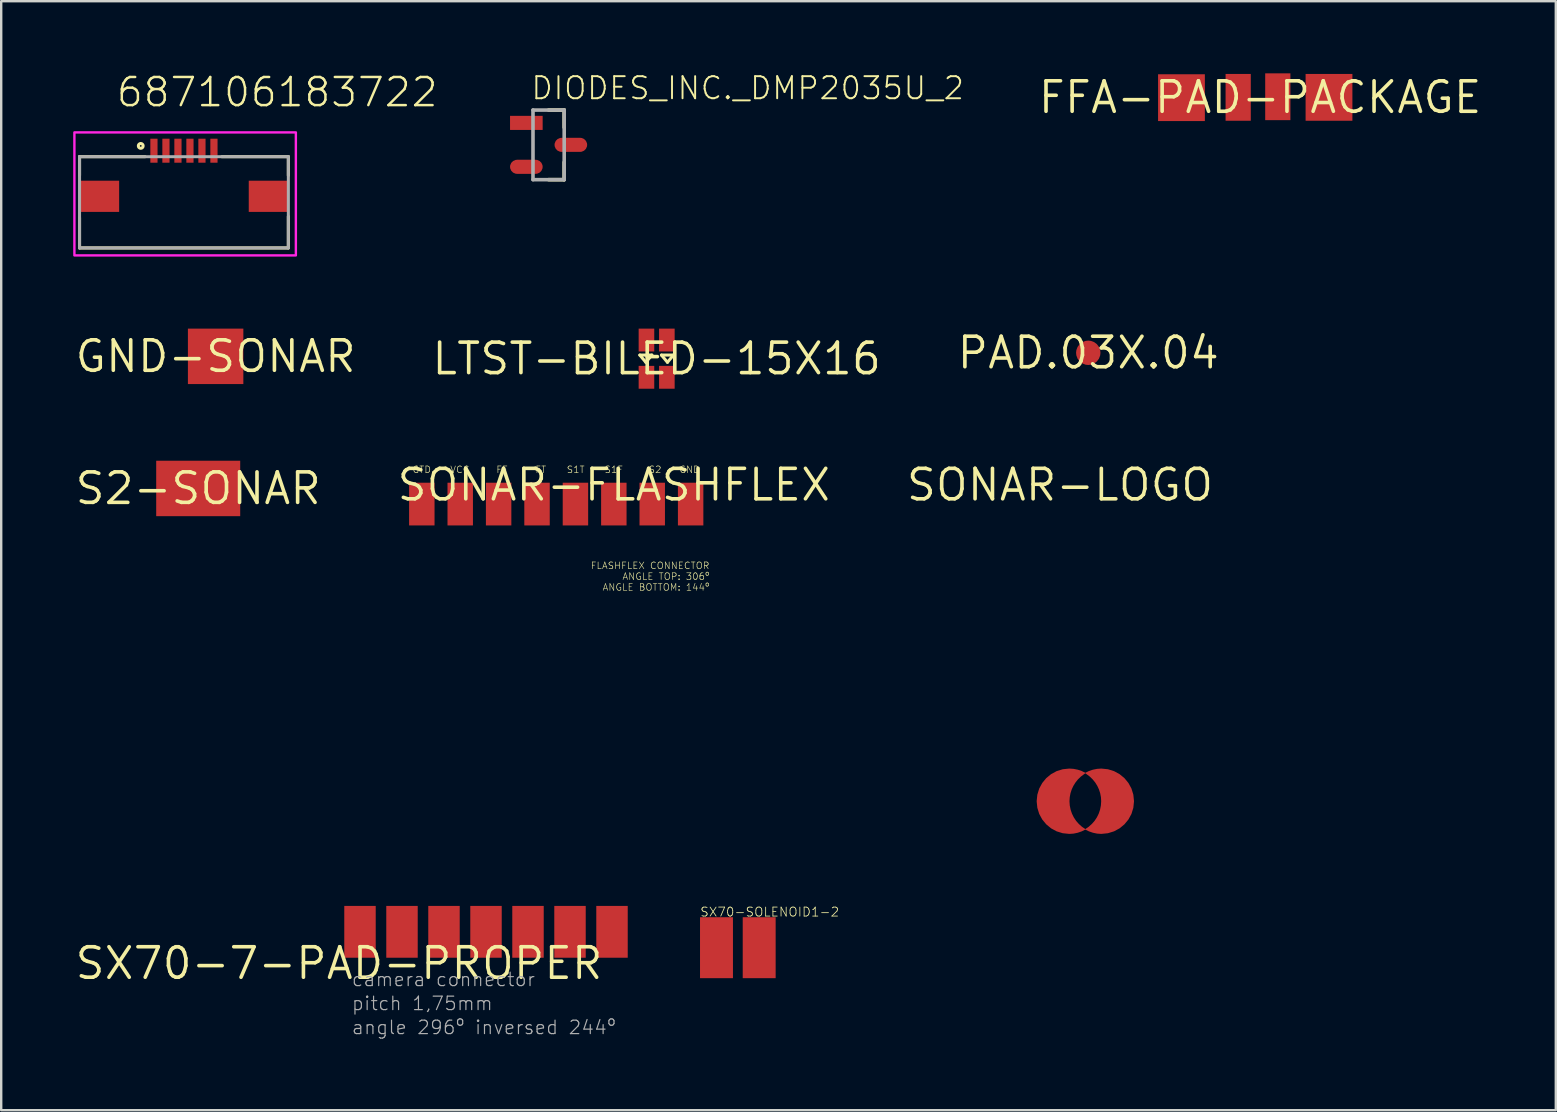
<source format=kicad_pcb>
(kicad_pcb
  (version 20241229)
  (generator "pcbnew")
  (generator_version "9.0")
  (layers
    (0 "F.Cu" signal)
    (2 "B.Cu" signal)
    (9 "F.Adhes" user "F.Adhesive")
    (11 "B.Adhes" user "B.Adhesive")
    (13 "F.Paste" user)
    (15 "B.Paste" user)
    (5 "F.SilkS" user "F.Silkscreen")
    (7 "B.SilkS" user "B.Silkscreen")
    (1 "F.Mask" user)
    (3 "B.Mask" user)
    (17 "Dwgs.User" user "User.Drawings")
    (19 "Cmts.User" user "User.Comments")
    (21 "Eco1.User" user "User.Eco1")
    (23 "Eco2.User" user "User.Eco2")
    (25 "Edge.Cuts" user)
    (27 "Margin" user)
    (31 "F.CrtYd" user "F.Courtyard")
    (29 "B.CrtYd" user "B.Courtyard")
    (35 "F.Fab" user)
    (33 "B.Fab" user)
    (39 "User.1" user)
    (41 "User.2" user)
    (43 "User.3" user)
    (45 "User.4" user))
  (footprint "LTST-BILED-15X16"
    (layer "F.Cu")
    (at 24.309 11.894)
    (property "Reference" "LTST-BILED-15X16" (at 0 0 0) (layer "F.SilkS") (effects (font (size 1.27 1.27) (thickness 0.15))))
    (fp_line (start -0.7 -0.15) (end -0.2 -0.15) (stroke (width 0.127) (type solid)) (layer "F.SilkS"))
    (fp_line (start -0.45 0.15) (end -0.7 -0.15) (stroke (width 0.127) (type solid)) (layer "F.SilkS"))
    (fp_line (start -0.2 -0.15) (end -0.45 0.15) (stroke (width 0.127) (type solid)) (layer "F.SilkS"))
    (fp_line (start 0.2 -0.15) (end 0.7 -0.15) (stroke (width 0.127) (type solid)) (layer "F.SilkS"))
    (fp_line (start 0.45 0.15) (end 0.2 -0.15) (stroke (width 0.127) (type solid)) (layer "F.SilkS"))
    (fp_line (start 0.7 -0.15) (end 0.45 0.15) (stroke (width 0.127) (type solid)) (layer "F.SilkS"))
    (pad "P$1" smd rect (at 0.425 -0.776) (size 0.65 0.952) (layers "F.Cu" "F.Mask" "F.Paste"))
    (pad "P$2" smd rect (at -0.425 -0.776) (size 0.65 0.952) (layers "F.Cu" "F.Mask" "F.Paste"))
    (pad "P$3" smd rect (at 0.425 0.776) (size 0.65 0.952) (layers "F.Cu" "F.Mask" "F.Paste"))
    (pad "P$4" smd rect (at -0.425 0.776) (size 0.65 0.952) (layers "F.Cu" "F.Mask" "F.Paste")))
  (footprint "S2-SONAR"
    (layer "F.Cu")
    (at 5.208 17.301)
    (property "Reference" "S2-SONAR" (at 0 0 0) (layer "F.SilkS") (effects (font (size 1.27 1.27) (thickness 0.15))))
    (pad "S2-SONAR" smd rect (at 0 0 90) (size 2.31 3.5) (layers "F.Cu" "F.Mask" "F.Paste")))
  (footprint "SX70-7-PAD-PROPER"
    (layer "F.Cu")
    (at 11.074 37.086)
    (property "Reference" "SX70-7-PAD-PROPER" (at 0 0 0) (layer "F.SilkS") (effects (font (size 1.27 1.27) (thickness 0.15))))
    (fp_text user "angle 296º inversed 244º" (at 0.5 3 0) (layer "F.Fab") (effects (font (size 0.561 0.561) (thickness 0.049)) (justify left bottom)))
    (fp_text user "camera connector" (at 0.5 1 0) (layer "F.Fab") (effects (font (size 0.561 0.561) (thickness 0.049)) (justify left bottom)))
    (fp_text user "pitch 1,75mm" (at 0.5 2 0) (layer "F.Fab") (effects (font (size 0.561 0.561) (thickness 0.049)) (justify left bottom)))
    (pad "GND" smd rect (at 7.875 -1.312 90) (size 2.159 1.31) (layers "F.Cu" "F.Mask" "F.Paste"))
    (pad "MOTOR" smd rect (at 6.125 -1.312 90) (size 2.159 1.31) (layers "F.Cu" "F.Mask" "F.Paste"))
    (pad "S3" smd rect (at 9.625 -1.312 90) (size 2.159 1.31) (layers "F.Cu" "F.Mask" "F.Paste"))
    (pad "S5" smd rect (at 11.375 -1.312 90) (size 2.159 1.31) (layers "F.Cu" "F.Mask" "F.Paste"))
    (pad "S8" smd rect (at 0.875 -1.312 90) (size 2.159 1.31) (layers "F.Cu" "F.Mask" "F.Paste"))
    (pad "S9" smd rect (at 2.625 -1.312 90) (size 2.159 1.31) (layers "F.Cu" "F.Mask" "F.Paste"))
    (pad "VCC" smd rect (at 4.375 -1.312 90) (size 2.159 1.31) (layers "F.Cu" "F.Mask" "F.Paste")))
  (footprint "GND-SONAR"
    (layer "F.Cu")
    (at 5.934 11.797)
    (property "Reference" "GND-SONAR" (at 0 0 0) (layer "F.SilkS") (effects (font (size 1.27 1.27) (thickness 0.15))))
    (pad "GND-SONAR" smd rect (at 0 0) (size 2.31 2.31) (layers "F.Cu" "F.Mask" "F.Paste")))
  (footprint "PAD.03X.04"
    (layer "F.Cu")
    (at 42.292 11.649)
    (property "Reference" "PAD.03X.04" (at 0 0 0) (layer "F.SilkS") (effects (font (size 1.27 1.27) (thickness 0.15))))
    (pad "P$1" smd roundrect (at 0 0) (size 1.016 1.016) (layers "F.Cu" "F.Mask") (roundrect_rratio 0.5)))
  (footprint "SONAR-LOGO"
    (layer "F.Cu")
    (at 41.113 17.152)
    (property "Reference" "SONAR-LOGO" (at 0 0 0) (layer "F.SilkS") (effects (font (size 1.27 1.27) (thickness 0.15))))
    (fp_poly (pts (xy 0.566 11.832) (xy 0.739 11.866) (xy 0.906 11.922) (xy 1.074 12.004) (xy 1.007 12.053) (xy 1.002 12.056) (xy 0.867 12.157) (xy 0.748 12.273) (xy 0.645 12.402) (xy 0.558 12.542) (xy 0.489 12.691) (xy 0.438 12.849) (xy 0.407 13.013) (xy 0.396 13.181) (xy 0.408 13.359) (xy 0.443 13.531) (xy 0.499 13.697) (xy 0.576 13.853) (xy 0.672 13.998) (xy 0.787 14.129) (xy 0.918 14.246) (xy 1.066 14.346) (xy 1.078 14.352) (xy 0.907 14.436) (xy 0.74 14.494) (xy 0.567 14.53) (xy 0.39 14.542) (xy 0.116 14.514) (xy -0.14 14.435) (xy -0.371 14.31) (xy -0.572 14.143) (xy -0.738 13.942) (xy -0.864 13.711) (xy -0.943 13.455) (xy -0.971 13.181) (xy -0.943 12.907) (xy -0.864 12.651) (xy -0.738 12.42) (xy -0.572 12.219) (xy -0.371 12.053) (xy -0.14 11.927) (xy 0.116 11.848) (xy 0.39 11.82)) (stroke (width 0) (type default)) (fill yes) (layer "F.Cu"))
    (fp_poly (pts (xy 1.998 11.848) (xy 2.253 11.927) (xy 2.485 12.053) (xy 2.686 12.219) (xy 2.852 12.42) (xy 2.978 12.651) (xy 3.057 12.907) (xy 3.085 13.181) (xy 3.057 13.455) (xy 2.978 13.711) (xy 2.852 13.942) (xy 2.686 14.143) (xy 2.485 14.31) (xy 2.253 14.435) (xy 1.998 14.514) (xy 1.724 14.542) (xy 1.547 14.53) (xy 1.374 14.494) (xy 1.207 14.436) (xy 1.036 14.352) (xy 1.048 14.346) (xy 1.195 14.246) (xy 1.327 14.129) (xy 1.442 13.998) (xy 1.538 13.853) (xy 1.615 13.697) (xy 1.671 13.531) (xy 1.705 13.359) (xy 1.717 13.181) (xy 1.707 13.013) (xy 1.676 12.849) (xy 1.625 12.691) (xy 1.556 12.542) (xy 1.469 12.402) (xy 1.365 12.273) (xy 1.246 12.157) (xy 1.112 12.056) (xy 1.107 12.053) (xy 1.04 12.004) (xy 1.208 11.922) (xy 1.375 11.866) (xy 1.547 11.832) (xy 1.724 11.82)) (stroke (width 0) (type default)) (fill yes) (layer "F.Cu"))
    (fp_poly (pts (xy 0.566 11.832) (xy 0.739 11.866) (xy 0.906 11.922) (xy 1.074 12.004) (xy 1.007 12.053) (xy 1.002 12.056) (xy 0.867 12.157) (xy 0.748 12.273) (xy 0.645 12.402) (xy 0.558 12.542) (xy 0.489 12.691) (xy 0.438 12.849) (xy 0.407 13.013) (xy 0.396 13.181) (xy 0.408 13.359) (xy 0.443 13.531) (xy 0.499 13.697) (xy 0.576 13.853) (xy 0.672 13.998) (xy 0.787 14.129) (xy 0.918 14.246) (xy 1.066 14.346) (xy 1.078 14.352) (xy 0.907 14.436) (xy 0.74 14.494) (xy 0.567 14.53) (xy 0.39 14.542) (xy 0.116 14.514) (xy -0.14 14.435) (xy -0.371 14.31) (xy -0.572 14.143) (xy -0.738 13.942) (xy -0.864 13.711) (xy -0.943 13.455) (xy -0.971 13.181) (xy -0.943 12.907) (xy -0.864 12.651) (xy -0.738 12.42) (xy -0.572 12.219) (xy -0.371 12.053) (xy -0.14 11.927) (xy 0.116 11.848) (xy 0.39 11.82)) (stroke (width 0) (type default)) (fill yes) (layer "F.Mask"))
    (fp_poly (pts (xy 1.998 11.848) (xy 2.253 11.927) (xy 2.485 12.053) (xy 2.686 12.219) (xy 2.852 12.42) (xy 2.978 12.651) (xy 3.057 12.907) (xy 3.085 13.181) (xy 3.057 13.455) (xy 2.978 13.711) (xy 2.852 13.942) (xy 2.686 14.143) (xy 2.485 14.31) (xy 2.253 14.435) (xy 1.998 14.514) (xy 1.724 14.542) (xy 1.547 14.53) (xy 1.374 14.494) (xy 1.207 14.436) (xy 1.036 14.352) (xy 1.048 14.346) (xy 1.195 14.246) (xy 1.327 14.129) (xy 1.442 13.998) (xy 1.538 13.853) (xy 1.615 13.697) (xy 1.671 13.531) (xy 1.705 13.359) (xy 1.717 13.181) (xy 1.707 13.013) (xy 1.676 12.849) (xy 1.625 12.691) (xy 1.556 12.542) (xy 1.469 12.402) (xy 1.365 12.273) (xy 1.246 12.157) (xy 1.112 12.056) (xy 1.107 12.053) (xy 1.04 12.004) (xy 1.208 11.922) (xy 1.375 11.866) (xy 1.547 11.832) (xy 1.724 11.82)) (stroke (width 0) (type default)) (fill yes) (layer "F.Mask")))
  (footprint "687106183722"
    (layer "F.Cu")
    (at 4.614 5.129)
    (property "Reference" "687106183722" (at -2.879 -3.651 0) (layer "F.SilkS") (effects (font (size 1.172 1.172) (thickness 0.102)) (justify left bottom)))
    (fp_line (start -4.35 -1.65) (end -4.35 -0.87) (stroke (width 0.127) (type solid)) (layer "F.SilkS"))
    (fp_line (start -4.35 0.89) (end -4.35 2.15) (stroke (width 0.127) (type solid)) (layer "F.SilkS"))
    (fp_line (start -4.35 2.15) (end 4.35 2.15) (stroke (width 0.127) (type solid)) (layer "F.SilkS"))
    (fp_line (start -1.62 -1.65) (end -4.35 -1.65) (stroke (width 0.127) (type solid)) (layer "F.SilkS"))
    (fp_line (start 1.58 -1.65) (end 4.35 -1.65) (stroke (width 0.127) (type solid)) (layer "F.SilkS"))
    (fp_line (start 4.35 -1.65) (end 4.35 -0.87) (stroke (width 0.127) (type solid)) (layer "F.SilkS"))
    (fp_line (start 4.35 2.15) (end 4.35 0.84) (stroke (width 0.127) (type solid)) (layer "F.SilkS"))
    (fp_circle (center -1.8 -2.1) (end -1.7 -2.1) (stroke (width 0.127) (type solid)) (fill no) (layer "F.SilkS"))
    (fp_poly (pts (xy 4.663 2.463) (xy -4.564 2.463) (xy -4.564 -2.663) (xy 4.663 -2.663)) (stroke (width 0.1) (type default)) (fill no) (layer "F.CrtYd"))
    (fp_line (start -4.35 -1.65) (end 4.35 -1.65) (stroke (width 0.127) (type solid)) (layer "F.Fab"))
    (fp_line (start -4.35 2.15) (end -4.35 -1.65) (stroke (width 0.127) (type solid)) (layer "F.Fab"))
    (fp_line (start 4.35 -1.65) (end 4.35 2.15) (stroke (width 0.127) (type solid)) (layer "F.Fab"))
    (fp_line (start 4.35 2.15) (end -4.35 2.15) (stroke (width 0.127) (type solid)) (layer "F.Fab"))
    (pad "1" smd rect (at -1.25 -1.9 90) (size 1 0.3) (layers "F.Cu" "F.Mask" "F.Paste"))
    (pad "2" smd rect (at -0.75 -1.9 90) (size 1 0.3) (layers "F.Cu" "F.Mask" "F.Paste"))
    (pad "3" smd rect (at -0.25 -1.9 90) (size 1 0.3) (layers "F.Cu" "F.Mask" "F.Paste"))
    (pad "4" smd rect (at 0.25 -1.9 90) (size 1 0.3) (layers "F.Cu" "F.Mask" "F.Paste"))
    (pad "5" smd rect (at 0.75 -1.9 90) (size 1 0.3) (layers "F.Cu" "F.Mask" "F.Paste"))
    (pad "6" smd rect (at 1.25 -1.9 90) (size 1 0.3) (layers "F.Cu" "F.Mask" "F.Paste"))
    (pad "Z1" smd rect (at -3.525 0) (size 1.65 1.3) (layers "F.Cu" "F.Mask" "F.Paste"))
    (pad "Z2" smd rect (at 3.525 0) (size 1.65 1.3) (layers "F.Cu" "F.Mask" "F.Paste")))
  (footprint "DIODES_INC._DMP2035U_2"
    (layer "F.Cu")
    (at 19.807 2.985)
    (property "Reference" "DIODES_INC._DMP2035U_2" (at -0.781 -1.825 0) (layer "F.SilkS") (effects (font (size 0.92 0.92) (thickness 0.08)) (justify left bottom)))
    (fp_line (start 0 -1.45) (end 0.65 -1.45) (stroke (width 0.15) (type solid)) (layer "F.SilkS"))
    (fp_line (start 0 1.45) (end 0.65 1.45) (stroke (width 0.15) (type solid)) (layer "F.SilkS"))
    (fp_line (start 0.65 -1.45) (end 0.65 -0.725) (stroke (width 0.15) (type solid)) (layer "F.SilkS"))
    (fp_line (start 0.65 1.45) (end 0.65 0.725) (stroke (width 0.15) (type solid)) (layer "F.SilkS"))
    (fp_line (start -0.65 -1.45) (end 0.65 -1.45) (stroke (width 0.15) (type solid)) (layer "F.Fab"))
    (fp_line (start -0.65 1.45) (end -0.65 -1.45) (stroke (width 0.15) (type solid)) (layer "F.Fab"))
    (fp_line (start 0.65 -1.45) (end 0.65 1.45) (stroke (width 0.15) (type solid)) (layer "F.Fab"))
    (fp_line (start 0.65 1.45) (end -0.65 1.45) (stroke (width 0.15) (type solid)) (layer "F.Fab"))
    (pad "1" smd rect (at -0.927 -0.915) (size 1.359 0.587) (layers "F.Cu" "F.Mask" "F.Paste"))
    (pad "2" smd roundrect (at -0.927 0.915) (size 1.359 0.587) (layers "F.Cu" "F.Mask" "F.Paste") (roundrect_rratio 0.5))
    (pad "3" smd roundrect (at 0.927 0) (size 1.359 0.587) (layers "F.Cu" "F.Mask" "F.Paste") (roundrect_rratio 0.5)))
  (footprint "SONAR-FLASHFLEX"
    (layer "F.Cu")
    (at 22.525 17.152)
    (property "Reference" "SONAR-FLASHFLEX" (at 0 0 0) (layer "F.SilkS") (effects (font (size 1.27 1.27) (thickness 0.15))))
    (fp_text user "S2" (at 2 -0.8 0) (layer "F.SilkS") (effects (font (size 0.28 0.28) (thickness 0.024)) (justify right top)))
    (fp_text user "GTD" (at -7.6 -0.8 0) (layer "F.SilkS") (effects (font (size 0.28 0.28) (thickness 0.024)) (justify right top)))
    (fp_text user "FLASHFLEX CONNECTOR\nANGLE TOP: 306º\nANGLE BOTTOM: 144º" (at 4 3.2 0) (layer "F.SilkS") (effects (font (size 0.28 0.28) (thickness 0.024)) (justify right top)))
    (fp_text user "S1F" (at 0.4 -0.8 0) (layer "F.SilkS") (effects (font (size 0.28 0.28) (thickness 0.024)) (justify right top)))
    (fp_text user "GND" (at 3.6 -0.8 0) (layer "F.SilkS") (effects (font (size 0.28 0.28) (thickness 0.024)) (justify right top)))
    (fp_text user "VCC" (at -6 -0.8 0) (layer "F.SilkS") (effects (font (size 0.28 0.28) (thickness 0.024)) (justify right top)))
    (fp_text user "S1T" (at -1.2 -0.8 0) (layer "F.SilkS") (effects (font (size 0.28 0.28) (thickness 0.024)) (justify right top)))
    (fp_text user "FT" (at -2.8 -0.8 0) (layer "F.SilkS") (effects (font (size 0.28 0.28) (thickness 0.024)) (justify right top)))
    (fp_text user "FF" (at -4.4 -0.8 0) (layer "F.SilkS") (effects (font (size 0.28 0.28) (thickness 0.024)) (justify right top)))
    (pad "FF" smd rect (at -4.8 0.8 90) (size 1.78 1.06) (layers "F.Cu" "F.Mask" "F.Paste"))
    (pad "FT" smd rect (at -3.2 0.8 90) (size 1.78 1.06) (layers "F.Cu" "F.Mask" "F.Paste"))
    (pad "GND" smd rect (at 3.2 0.8 90) (size 1.78 1.06) (layers "F.Cu" "F.Mask" "F.Paste"))
    (pad "GTD" smd rect (at -8 0.8 90) (size 1.78 1.06) (layers "F.Cu" "F.Mask" "F.Paste"))
    (pad "S1F" smd rect (at 0 0.8 90) (size 1.78 1.06) (layers "F.Cu" "F.Mask" "F.Paste"))
    (pad "S1T" smd rect (at -1.6 0.8 90) (size 1.78 1.06) (layers "F.Cu" "F.Mask" "F.Paste"))
    (pad "S2" smd rect (at 1.6 0.8 90) (size 1.78 1.06) (layers "F.Cu" "F.Mask" "F.Paste"))
    (pad "VCC" smd rect (at -6.4 0.8 90) (size 1.78 1.06) (layers "F.Cu" "F.Mask" "F.Paste")))
  (footprint "SX70-SOLENOID1-2"
    (layer "F.Cu")
    (at 27.628 36.562)
    (property "Reference" "SX70-SOLENOID1-2" (at -1.524 -1.397 0) (layer "F.SilkS") (effects (font (size 0.374 0.374) (thickness 0.033)) (justify left bottom)))
    (pad "SOL1+" smd rect (at -0.826 -0.127) (size 1.372 2.54) (layers "F.Cu" "F.Mask" "F.Paste"))
    (pad "SOL1-" smd rect (at 0.953 -0.127) (size 1.372 2.54) (layers "F.Cu" "F.Mask" "F.Paste")))
  (footprint "FFA-PAD-PACKAGE"
    (layer "F.Cu")
    (at 49.452 1.006)
    (property "Reference" "FFA-PAD-PACKAGE" (at 0 0 0) (layer "F.SilkS") (effects (font (size 1.27 1.27) (thickness 0.15))))
    (pad "F+" smd rect (at -3.277 0.013) (size 1.95 1.95) (layers "F.Cu" "F.Mask" "F.Paste"))
    (pad "F-" smd rect (at 2.87 0) (size 1.95 1.95) (layers "F.Cu" "F.Mask" "F.Paste"))
    (pad "FF" smd rect (at -0.914 0) (size 1.05 1.95) (layers "F.Cu" "F.Mask" "F.Paste"))
    (pad "FT" smd rect (at 0.737 -0.025) (size 1.05 1.95) (layers "F.Cu" "F.Mask" "F.Paste")))
  (gr_rect
    (start -3 -3)
    (end 61.772 43.206)
    (stroke (width 0.1) (type default))
    (fill no)
    (layer "Edge.Cuts")))
</source>
